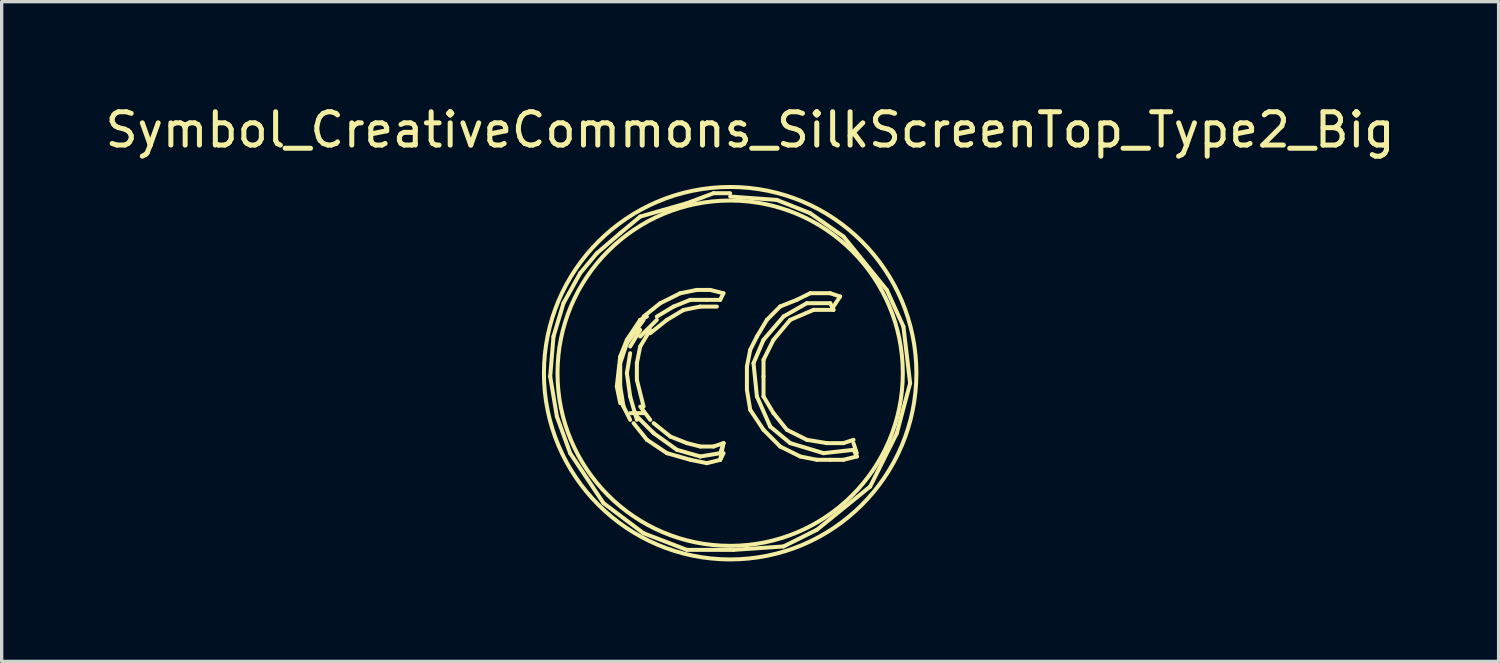
<source format=kicad_pcb>
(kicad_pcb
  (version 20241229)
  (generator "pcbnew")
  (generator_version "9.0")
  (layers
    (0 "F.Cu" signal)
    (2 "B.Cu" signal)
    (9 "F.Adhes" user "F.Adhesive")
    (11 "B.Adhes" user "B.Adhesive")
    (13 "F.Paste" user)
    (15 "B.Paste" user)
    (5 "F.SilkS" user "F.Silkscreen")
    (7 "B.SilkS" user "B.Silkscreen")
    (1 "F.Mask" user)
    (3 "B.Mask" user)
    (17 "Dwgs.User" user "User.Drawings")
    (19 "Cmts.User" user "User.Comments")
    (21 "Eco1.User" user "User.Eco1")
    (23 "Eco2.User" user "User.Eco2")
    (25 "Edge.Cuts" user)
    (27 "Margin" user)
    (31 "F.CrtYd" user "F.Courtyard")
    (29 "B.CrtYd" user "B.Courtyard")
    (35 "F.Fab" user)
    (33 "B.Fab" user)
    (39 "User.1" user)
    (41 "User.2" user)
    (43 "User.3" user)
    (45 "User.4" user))
  (footprint "Symbol_CreativeCommons_SilkScreenTop_Type2_Big"
    (layer "F.Cu")
    (at 18.859 8.148)
    (property "Reference" "Symbol_CreativeCommons_SilkScreenTop_Type2_Big" (at 0.599 -7.3 0) (layer "F.SilkS") (effects (font (size 1 1) (thickness 0.15))))
    (attr exclude_from_pos_files exclude_from_bom)
    (fp_line (start -5.4 0.099) (end -5.199 1.3) (stroke (width 0.12) (type solid)) (layer "F.SilkS"))
    (fp_line (start -5.301 -1.1) (end -5.4 0.099) (stroke (width 0.12) (type solid)) (layer "F.SilkS"))
    (fp_line (start -5.199 1.3) (end -4.801 2.4) (stroke (width 0.12) (type solid)) (layer "F.SilkS"))
    (fp_line (start -5.001 -2.101) (end -5.301 -1.1) (stroke (width 0.12) (type solid)) (layer "F.SilkS"))
    (fp_line (start -4.801 2.4) (end -3.8 3.899) (stroke (width 0.12) (type solid)) (layer "F.SilkS"))
    (fp_line (start -4.501 -3) (end -5.001 -2.101) (stroke (width 0.12) (type solid)) (layer "F.SilkS"))
    (fp_line (start -4 -3.599) (end -4.501 -3) (stroke (width 0.12) (type solid)) (layer "F.SilkS"))
    (fp_line (start -3.8 3.899) (end -2.601 4.801) (stroke (width 0.12) (type solid)) (layer "F.SilkS"))
    (fp_line (start -3.401 0.399) (end -3.299 0.899) (stroke (width 0.12) (type solid)) (layer "F.SilkS"))
    (fp_line (start -3.299 -4.201) (end -4 -3.599) (stroke (width 0.12) (type solid)) (layer "F.SilkS"))
    (fp_line (start -3.299 -0.5) (end -3.401 0.399) (stroke (width 0.12) (type solid)) (layer "F.SilkS"))
    (fp_line (start -3.299 -0.3) (end -3.299 0.401) (stroke (width 0.12) (type solid)) (layer "F.SilkS"))
    (fp_line (start -3.299 0.401) (end -3.2 1.001) (stroke (width 0.12) (type solid)) (layer "F.SilkS"))
    (fp_line (start -3.299 0.8) (end -3 1.4) (stroke (width 0.12) (type solid)) (layer "F.SilkS"))
    (fp_line (start -3.099 -1.001) (end -3.299 -0.5) (stroke (width 0.12) (type solid)) (layer "F.SilkS"))
    (fp_line (start -3.099 -0.899) (end -3.299 -0.3) (stroke (width 0.12) (type solid)) (layer "F.SilkS"))
    (fp_line (start -3.099 0) (end -3 -0.599) (stroke (width 0.12) (type solid)) (layer "F.SilkS"))
    (fp_line (start -3 -0.8) (end -2.7 -1.3) (stroke (width 0.12) (type solid)) (layer "F.SilkS"))
    (fp_line (start -3 0.701) (end -3.099 0) (stroke (width 0.12) (type solid)) (layer "F.SilkS"))
    (fp_line (start -2.997 1.199) (end -2.598 1.199) (stroke (width 0.12) (type solid)) (layer "F.SilkS"))
    (fp_line (start -2.898 1.499) (end -2.497 1.999) (stroke (width 0.12) (type solid)) (layer "F.SilkS"))
    (fp_line (start -2.799 -0.3) (end -2.799 0.201) (stroke (width 0.12) (type solid)) (layer "F.SilkS"))
    (fp_line (start -2.799 0.201) (end -2.598 1.001) (stroke (width 0.12) (type solid)) (layer "F.SilkS"))
    (fp_line (start -2.799 1.4) (end -3 0.701) (stroke (width 0.12) (type solid)) (layer "F.SilkS"))
    (fp_line (start -2.7 -4.699) (end -3.299 -4.201) (stroke (width 0.12) (type solid)) (layer "F.SilkS"))
    (fp_line (start -2.7 -1.6) (end -3.099 -1.001) (stroke (width 0.12) (type solid)) (layer "F.SilkS"))
    (fp_line (start -2.7 -1.1) (end -2.2 -1.6) (stroke (width 0.12) (type solid)) (layer "F.SilkS"))
    (fp_line (start -2.7 -0.8) (end -2.799 -0.3) (stroke (width 0.12) (type solid)) (layer "F.SilkS"))
    (fp_line (start -2.697 1.001) (end -2.398 1.4) (stroke (width 0.12) (type solid)) (layer "F.SilkS"))
    (fp_line (start -2.601 4.801) (end -1.3 5.301) (stroke (width 0.12) (type solid)) (layer "F.SilkS"))
    (fp_line (start -2.598 -1.6) (end -3.099 -0.899) (stroke (width 0.12) (type solid)) (layer "F.SilkS"))
    (fp_line (start -2.499 -1.699) (end -2.7 -1.6) (stroke (width 0.12) (type solid)) (layer "F.SilkS"))
    (fp_line (start -2.497 1.999) (end -1.897 2.4) (stroke (width 0.12) (type solid)) (layer "F.SilkS"))
    (fp_line (start -2.4 -1.3) (end -2.7 -0.8) (stroke (width 0.12) (type solid)) (layer "F.SilkS"))
    (fp_line (start -2.296 1.499) (end -1.796 1.9) (stroke (width 0.12) (type solid)) (layer "F.SilkS"))
    (fp_line (start -2.296 1.798) (end -2.797 1.298) (stroke (width 0.12) (type solid)) (layer "F.SilkS"))
    (fp_line (start -2.2 -1.699) (end -1.699 -1.999) (stroke (width 0.12) (type solid)) (layer "F.SilkS"))
    (fp_line (start -2.101 -2.098) (end -2.598 -1.699) (stroke (width 0.12) (type solid)) (layer "F.SilkS"))
    (fp_line (start -1.999 -4.9) (end -2.7 -4.699) (stroke (width 0.12) (type solid)) (layer "F.SilkS"))
    (fp_line (start -1.9 -1.598) (end -2.4 -1.199) (stroke (width 0.12) (type solid)) (layer "F.SilkS"))
    (fp_line (start -1.897 2.4) (end -1.196 2.598) (stroke (width 0.12) (type solid)) (layer "F.SilkS"))
    (fp_line (start -1.796 1.9) (end -1.298 2.098) (stroke (width 0.12) (type solid)) (layer "F.SilkS"))
    (fp_line (start -1.699 -1.999) (end -1.199 -2.2) (stroke (width 0.12) (type solid)) (layer "F.SilkS"))
    (fp_line (start -1.598 2.299) (end -2.296 1.798) (stroke (width 0.12) (type solid)) (layer "F.SilkS"))
    (fp_line (start -1.499 -2.398) (end -2.101 -2.098) (stroke (width 0.12) (type solid)) (layer "F.SilkS"))
    (fp_line (start -1.4 -1.897) (end -1.9 -1.598) (stroke (width 0.12) (type solid)) (layer "F.SilkS"))
    (fp_line (start -1.3 -5.1) (end -1.999 -4.9) (stroke (width 0.12) (type solid)) (layer "F.SilkS"))
    (fp_line (start -1.3 5.301) (end 0.099 5.301) (stroke (width 0.12) (type solid)) (layer "F.SilkS"))
    (fp_line (start -1.298 2.098) (end -0.897 2.2) (stroke (width 0.12) (type solid)) (layer "F.SilkS"))
    (fp_line (start -1.199 -2.2) (end -0.699 -2.2) (stroke (width 0.12) (type solid)) (layer "F.SilkS"))
    (fp_line (start -1.196 2.598) (end -0.696 2.7) (stroke (width 0.12) (type solid)) (layer "F.SilkS"))
    (fp_line (start -1.001 -2.499) (end -1.499 -2.398) (stroke (width 0.12) (type solid)) (layer "F.SilkS"))
    (fp_line (start -0.899 -1.999) (end -1.4 -1.897) (stroke (width 0.12) (type solid)) (layer "F.SilkS"))
    (fp_line (start -0.897 2.2) (end -0.498 2.2) (stroke (width 0.12) (type solid)) (layer "F.SilkS"))
    (fp_line (start -0.897 2.499) (end -1.598 2.299) (stroke (width 0.12) (type solid)) (layer "F.SilkS"))
    (fp_line (start -0.701 2.7) (end -0.3 2.601) (stroke (width 0.12) (type solid)) (layer "F.SilkS"))
    (fp_line (start -0.699 -2.2) (end -0.3 -2.2) (stroke (width 0.12) (type solid)) (layer "F.SilkS"))
    (fp_line (start -0.599 -2.499) (end -1.001 -2.499) (stroke (width 0.12) (type solid)) (layer "F.SilkS"))
    (fp_line (start -0.5 -5.4) (end -1.3 -5.1) (stroke (width 0.12) (type solid)) (layer "F.SilkS"))
    (fp_line (start -0.498 2.2) (end -0.198 2.098) (stroke (width 0.12) (type solid)) (layer "F.SilkS"))
    (fp_line (start -0.399 -1.999) (end -0.899 -1.999) (stroke (width 0.12) (type solid)) (layer "F.SilkS"))
    (fp_line (start -0.3 -2.2) (end -0.201 -2.398) (stroke (width 0.12) (type solid)) (layer "F.SilkS"))
    (fp_line (start -0.3 2.601) (end -0.201 2.101) (stroke (width 0.12) (type solid)) (layer "F.SilkS"))
    (fp_line (start -0.297 2.4) (end -0.897 2.499) (stroke (width 0.12) (type solid)) (layer "F.SilkS"))
    (fp_line (start -0.201 -2.398) (end -0.599 -2.499) (stroke (width 0.12) (type solid)) (layer "F.SilkS"))
    (fp_line (start -0.198 2.098) (end -0.297 2.4) (stroke (width 0.12) (type solid)) (layer "F.SilkS"))
    (fp_line (start -0.198 2.4) (end -0.297 2.598) (stroke (width 0.12) (type solid)) (layer "F.SilkS"))
    (fp_line (start 0 -5.4) (end -0.5 -5.4) (stroke (width 0.12) (type solid)) (layer "F.SilkS"))
    (fp_line (start 0.099 5.301) (end 1.6 5.199) (stroke (width 0.12) (type solid)) (layer "F.SilkS"))
    (fp_line (start 0.503 -0.201) (end 0.503 0.498) (stroke (width 0.12) (type solid)) (layer "F.SilkS"))
    (fp_line (start 0.503 0.498) (end 0.602 1.1) (stroke (width 0.12) (type solid)) (layer "F.SilkS"))
    (fp_line (start 0.602 -0.701) (end 0.503 -0.201) (stroke (width 0.12) (type solid)) (layer "F.SilkS"))
    (fp_line (start 0.602 1.1) (end 1.001 1.699) (stroke (width 0.12) (type solid)) (layer "F.SilkS"))
    (fp_line (start 0.701 -0.3) (end 1.001 -1.001) (stroke (width 0.12) (type solid)) (layer "F.SilkS"))
    (fp_line (start 0.803 -1.1) (end 0.602 -0.701) (stroke (width 0.12) (type solid)) (layer "F.SilkS"))
    (fp_line (start 0.803 0.699) (end 0.701 -0.3) (stroke (width 0.12) (type solid)) (layer "F.SilkS"))
    (fp_line (start 1.001 -1.001) (end 1.603 -1.702) (stroke (width 0.12) (type solid)) (layer "F.SilkS"))
    (fp_line (start 1.001 -0.401) (end 1.001 0.099) (stroke (width 0.12) (type solid)) (layer "F.SilkS"))
    (fp_line (start 1.001 0.099) (end 1.001 0.699) (stroke (width 0.12) (type solid)) (layer "F.SilkS"))
    (fp_line (start 1.001 0.699) (end 1.3 1.199) (stroke (width 0.12) (type solid)) (layer "F.SilkS"))
    (fp_line (start 1.001 1.699) (end 1.501 2.2) (stroke (width 0.12) (type solid)) (layer "F.SilkS"))
    (fp_line (start 1.102 -1.6) (end 0.803 -1.1) (stroke (width 0.12) (type solid)) (layer "F.SilkS"))
    (fp_line (start 1.201 1.6) (end 0.803 0.699) (stroke (width 0.12) (type solid)) (layer "F.SilkS"))
    (fp_line (start 1.3 -1.001) (end 1.001 -0.401) (stroke (width 0.12) (type solid)) (layer "F.SilkS"))
    (fp_line (start 1.3 1.199) (end 1.702 1.699) (stroke (width 0.12) (type solid)) (layer "F.SilkS"))
    (fp_line (start 1.4 -5.199) (end 0 -5.301) (stroke (width 0.12) (type solid)) (layer "F.SilkS"))
    (fp_line (start 1.501 -2.002) (end 1.102 -1.6) (stroke (width 0.12) (type solid)) (layer "F.SilkS"))
    (fp_line (start 1.501 2.2) (end 2.101 2.499) (stroke (width 0.12) (type solid)) (layer "F.SilkS"))
    (fp_line (start 1.6 5.199) (end 2.601 4.699) (stroke (width 0.12) (type solid)) (layer "F.SilkS"))
    (fp_line (start 1.603 -1.702) (end 2.301 -2.101) (stroke (width 0.12) (type solid)) (layer "F.SilkS"))
    (fp_line (start 1.702 1.699) (end 2.301 1.999) (stroke (width 0.12) (type solid)) (layer "F.SilkS"))
    (fp_line (start 1.801 -1.6) (end 1.3 -1.001) (stroke (width 0.12) (type solid)) (layer "F.SilkS"))
    (fp_line (start 1.801 2.098) (end 1.201 1.6) (stroke (width 0.12) (type solid)) (layer "F.SilkS"))
    (fp_line (start 2.002 -2.202) (end 1.501 -2.002) (stroke (width 0.12) (type solid)) (layer "F.SilkS"))
    (fp_line (start 2.101 2.499) (end 2.601 2.598) (stroke (width 0.12) (type solid)) (layer "F.SilkS"))
    (fp_line (start 2.301 -2.101) (end 3.002 -2.101) (stroke (width 0.12) (type solid)) (layer "F.SilkS"))
    (fp_line (start 2.301 1.999) (end 2.901 2.098) (stroke (width 0.12) (type solid)) (layer "F.SilkS"))
    (fp_line (start 2.4 -4.801) (end 1.4 -5.199) (stroke (width 0.12) (type solid)) (layer "F.SilkS"))
    (fp_line (start 2.403 -2.4) (end 2.002 -2.202) (stroke (width 0.12) (type solid)) (layer "F.SilkS"))
    (fp_line (start 2.502 -1.9) (end 1.801 -1.6) (stroke (width 0.12) (type solid)) (layer "F.SilkS"))
    (fp_line (start 2.601 2.598) (end 3.002 2.598) (stroke (width 0.12) (type solid)) (layer "F.SilkS"))
    (fp_line (start 2.601 4.699) (end 4.201 3.401) (stroke (width 0.12) (type solid)) (layer "F.SilkS"))
    (fp_line (start 2.802 2.4) (end 1.801 2.098) (stroke (width 0.12) (type solid)) (layer "F.SilkS"))
    (fp_line (start 2.901 2.098) (end 3.401 2.098) (stroke (width 0.12) (type solid)) (layer "F.SilkS"))
    (fp_line (start 3 -2.4) (end 3.299 -2.301) (stroke (width 0.12) (type solid)) (layer "F.SilkS"))
    (fp_line (start 3.002 -2.4) (end 2.403 -2.4) (stroke (width 0.12) (type solid)) (layer "F.SilkS"))
    (fp_line (start 3.002 -2.101) (end 3.101 -1.9) (stroke (width 0.12) (type solid)) (layer "F.SilkS"))
    (fp_line (start 3.002 2.598) (end 3.401 2.598) (stroke (width 0.12) (type solid)) (layer "F.SilkS"))
    (fp_line (start 3.101 -1.9) (end 2.502 -1.9) (stroke (width 0.12) (type solid)) (layer "F.SilkS"))
    (fp_line (start 3.299 -2.301) (end 3.099 -1.999) (stroke (width 0.12) (type solid)) (layer "F.SilkS"))
    (fp_line (start 3.401 -4.1) (end 2.4 -4.801) (stroke (width 0.12) (type solid)) (layer "F.SilkS"))
    (fp_line (start 3.401 2.098) (end 3.701 1.999) (stroke (width 0.12) (type solid)) (layer "F.SilkS"))
    (fp_line (start 3.401 2.598) (end 3.802 2.499) (stroke (width 0.12) (type solid)) (layer "F.SilkS"))
    (fp_line (start 3.701 2.101) (end 3.8 2.4) (stroke (width 0.12) (type solid)) (layer "F.SilkS"))
    (fp_line (start 3.701 2.299) (end 2.802 2.4) (stroke (width 0.12) (type solid)) (layer "F.SilkS"))
    (fp_line (start 3.802 2.499) (end 3.701 2.299) (stroke (width 0.12) (type solid)) (layer "F.SilkS"))
    (fp_line (start 4.201 3.401) (end 5.001 1.801) (stroke (width 0.12) (type solid)) (layer "F.SilkS"))
    (fp_line (start 4.699 -2.499) (end 3.401 -4.1) (stroke (width 0.12) (type solid)) (layer "F.SilkS"))
    (fp_line (start 5.001 1.801) (end 5.4 0.3) (stroke (width 0.12) (type solid)) (layer "F.SilkS"))
    (fp_line (start 5.199 -1.4) (end 4.699 -2.499) (stroke (width 0.12) (type solid)) (layer "F.SilkS"))
    (fp_line (start 5.4 0.3) (end 5.199 -1.4) (stroke (width 0.12) (type solid)) (layer "F.SilkS"))
    (fp_circle (center 0 0) (end 5.08 1.016) (stroke (width 0.12) (type solid)) (fill no) (layer "F.SilkS"))
    (fp_circle (center 0 0) (end 5.588 0) (stroke (width 0.12) (type solid)) (fill no) (layer "F.SilkS")))
  (gr_rect
    (start -3 -3)
    (end 41.917 16.796)
    (stroke (width 0.1) (type default))
    (fill no)
    (layer "Edge.Cuts")))
</source>
